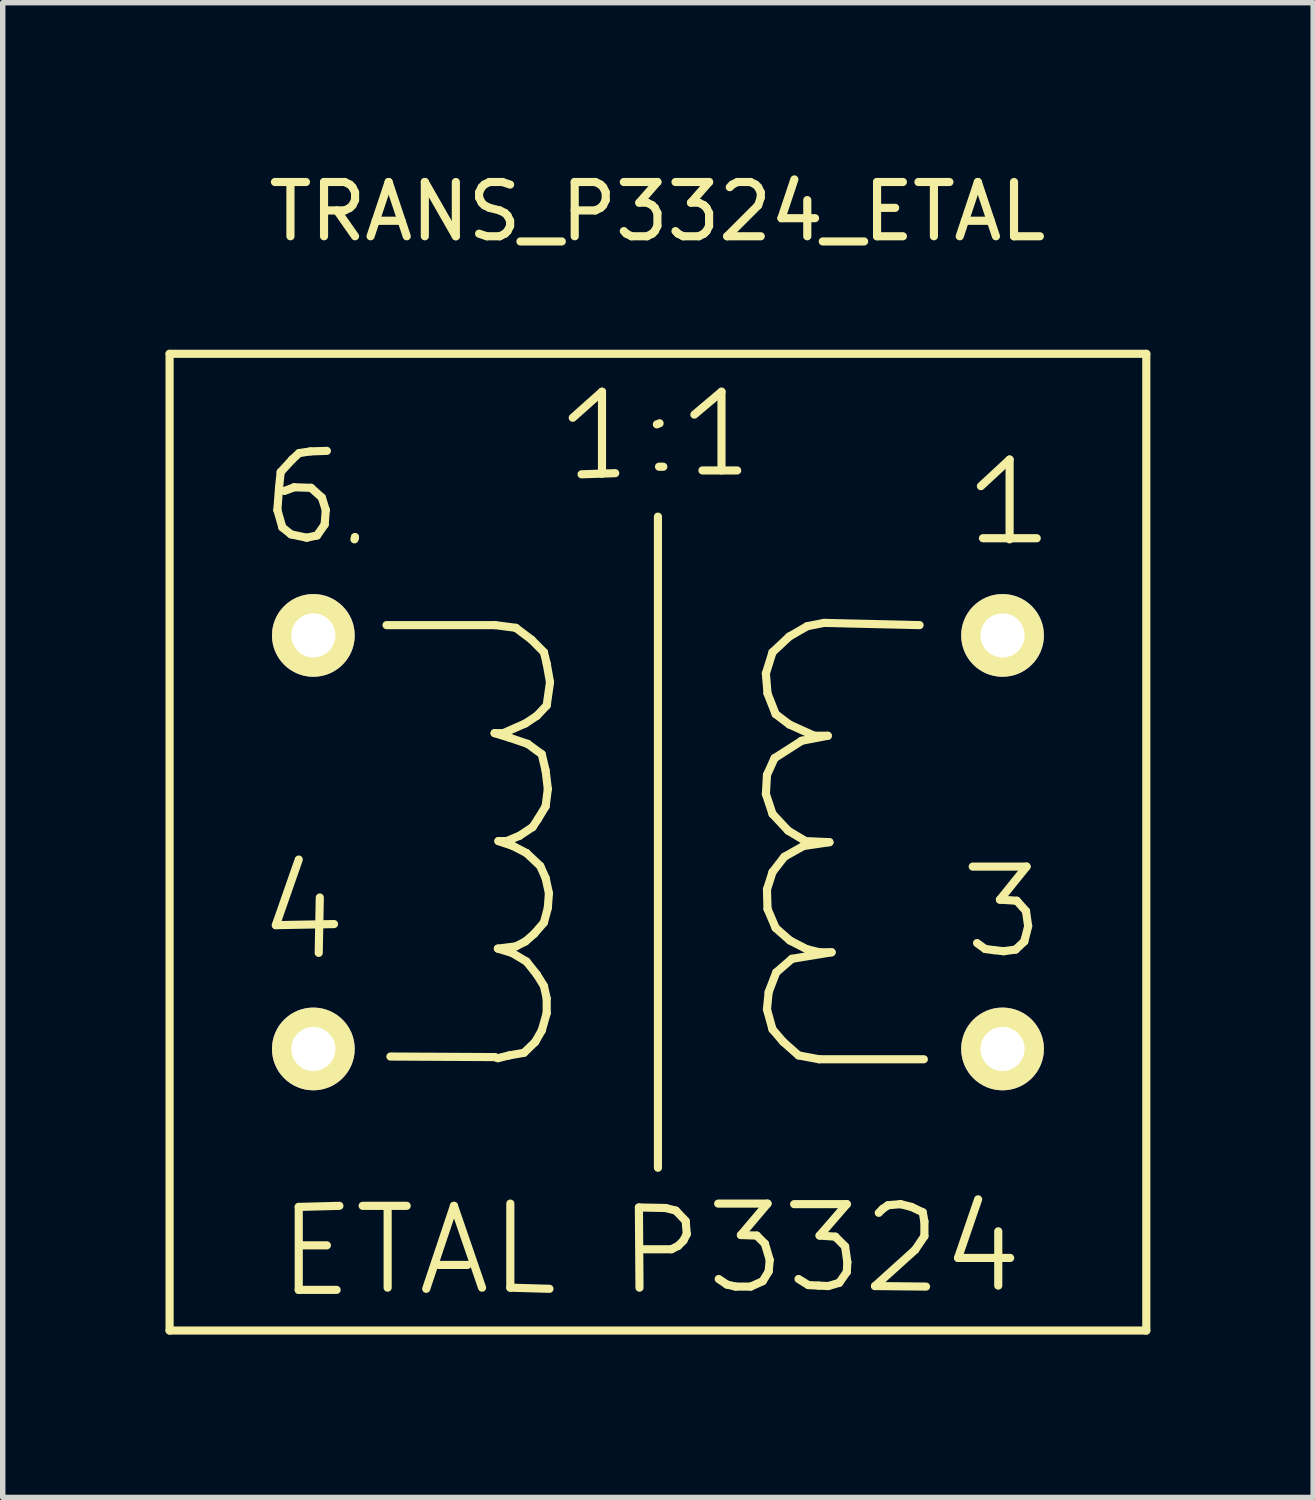
<source format=kicad_pcb>
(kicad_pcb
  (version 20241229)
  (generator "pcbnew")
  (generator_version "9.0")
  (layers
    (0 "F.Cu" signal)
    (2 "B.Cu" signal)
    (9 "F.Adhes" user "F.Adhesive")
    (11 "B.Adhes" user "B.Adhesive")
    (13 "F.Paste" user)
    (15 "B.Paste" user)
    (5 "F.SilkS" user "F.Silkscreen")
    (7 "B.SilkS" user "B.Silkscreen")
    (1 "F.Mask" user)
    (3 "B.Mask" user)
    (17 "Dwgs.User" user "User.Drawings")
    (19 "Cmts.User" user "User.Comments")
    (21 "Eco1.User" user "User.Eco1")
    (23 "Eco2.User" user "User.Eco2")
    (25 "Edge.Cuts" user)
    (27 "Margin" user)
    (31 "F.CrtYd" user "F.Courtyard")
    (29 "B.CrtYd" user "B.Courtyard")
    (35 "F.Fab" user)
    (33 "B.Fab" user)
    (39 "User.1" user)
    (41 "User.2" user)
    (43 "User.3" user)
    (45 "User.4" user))
  (footprint "TRANS_P3324_ETAL"
    (layer "F.Cu")
    (at 9.074 12.469)
    (property "Reference" "TRANS_P3324_ETAL" (at -0.01 -11.62 0) (layer "F.SilkS") (effects (font (size 1 1) (thickness 0.15))))
    (attr through_hole)
    (fp_line (start -8.999 -8.999) (end -8.999 8.999) (stroke (width 0.15) (type solid)) (layer "F.SilkS"))
    (fp_line (start -8.999 8.999) (end 8.999 8.999) (stroke (width 0.15) (type solid)) (layer "F.SilkS"))
    (fp_line (start -7.041 1.529) (end -5.969 1.509) (stroke (width 0.15) (type solid)) (layer "F.SilkS"))
    (fp_line (start -7.013 -6.121) (end -6.921 -5.801) (stroke (width 0.15) (type solid)) (layer "F.SilkS"))
    (fp_line (start -6.982 -6.53) (end -7.013 -6.121) (stroke (width 0.15) (type solid)) (layer "F.SilkS"))
    (fp_line (start -6.952 -6.82) (end -6.982 -6.53) (stroke (width 0.15) (type solid)) (layer "F.SilkS"))
    (fp_line (start -6.921 -5.801) (end -6.761 -5.672) (stroke (width 0.15) (type solid)) (layer "F.SilkS"))
    (fp_line (start -6.761 -5.672) (end -6.472 -5.611) (stroke (width 0.15) (type solid)) (layer "F.SilkS"))
    (fp_line (start -6.741 -7.051) (end -6.952 -6.82) (stroke (width 0.15) (type solid)) (layer "F.SilkS"))
    (fp_line (start -6.703 -6.54) (end -6.883 -6.472) (stroke (width 0.15) (type solid)) (layer "F.SilkS"))
    (fp_line (start -6.619 0.32) (end -7.041 1.529) (stroke (width 0.15) (type solid)) (layer "F.SilkS"))
    (fp_line (start -6.619 6.721) (end -6.619 8.25) (stroke (width 0.15) (type solid)) (layer "F.SilkS"))
    (fp_line (start -6.619 8.25) (end -5.921 8.25) (stroke (width 0.15) (type solid)) (layer "F.SilkS"))
    (fp_line (start -6.612 -7.17) (end -6.741 -7.051) (stroke (width 0.15) (type solid)) (layer "F.SilkS"))
    (fp_line (start -6.551 7.429) (end -6.101 7.429) (stroke (width 0.15) (type solid)) (layer "F.SilkS"))
    (fp_line (start -6.472 -5.611) (end -6.281 -5.652) (stroke (width 0.15) (type solid)) (layer "F.SilkS"))
    (fp_line (start -6.403 -7.201) (end -6.612 -7.17) (stroke (width 0.15) (type solid)) (layer "F.SilkS"))
    (fp_line (start -6.393 -6.53) (end -6.703 -6.54) (stroke (width 0.15) (type solid)) (layer "F.SilkS"))
    (fp_line (start -6.281 -5.652) (end -6.142 -5.852) (stroke (width 0.15) (type solid)) (layer "F.SilkS"))
    (fp_line (start -6.231 1.019) (end -6.251 2.04) (stroke (width 0.15) (type solid)) (layer "F.SilkS"))
    (fp_line (start -6.193 -6.35) (end -6.393 -6.53) (stroke (width 0.15) (type solid)) (layer "F.SilkS"))
    (fp_line (start -6.142 -5.852) (end -6.121 -6.121) (stroke (width 0.15) (type solid)) (layer "F.SilkS"))
    (fp_line (start -6.121 -6.121) (end -6.193 -6.35) (stroke (width 0.15) (type solid)) (layer "F.SilkS"))
    (fp_line (start -6.101 -7.211) (end -6.403 -7.201) (stroke (width 0.15) (type solid)) (layer "F.SilkS"))
    (fp_line (start -5.87 6.701) (end -6.619 6.721) (stroke (width 0.15) (type solid)) (layer "F.SilkS"))
    (fp_line (start -5.593 -5.58) (end -5.583 -5.621) (stroke (width 0.15) (type solid)) (layer "F.SilkS"))
    (fp_line (start -5.583 -5.621) (end -5.583 -5.611) (stroke (width 0.15) (type solid)) (layer "F.SilkS"))
    (fp_line (start -5.441 6.701) (end -4.63 6.701) (stroke (width 0.15) (type solid)) (layer "F.SilkS"))
    (fp_line (start -5.001 -4) (end -3 -4) (stroke (width 0.15) (type solid)) (layer "F.SilkS"))
    (fp_line (start -4.981 8.209) (end -4.981 6.741) (stroke (width 0.15) (type solid)) (layer "F.SilkS"))
    (fp_line (start -4.27 8.23) (end -3.759 6.701) (stroke (width 0.15) (type solid)) (layer "F.SilkS"))
    (fp_line (start -4.041 7.79) (end -3.51 7.79) (stroke (width 0.15) (type solid)) (layer "F.SilkS"))
    (fp_line (start -3.759 6.701) (end -3.241 8.209) (stroke (width 0.15) (type solid)) (layer "F.SilkS"))
    (fp_line (start -3.01 -2.009) (end -2.72 -1.92) (stroke (width 0.15) (type solid)) (layer "F.SilkS"))
    (fp_line (start -3.01 3.96) (end -4.93 3.95) (stroke (width 0.15) (type solid)) (layer "F.SilkS"))
    (fp_line (start -3 -4) (end -2.619 -3.95) (stroke (width 0.15) (type solid)) (layer "F.SilkS"))
    (fp_line (start -2.949 1.961) (end -2.69 2.04) (stroke (width 0.15) (type solid)) (layer "F.SilkS"))
    (fp_line (start -2.949 3.98) (end -3.01 3.96) (stroke (width 0.15) (type solid)) (layer "F.SilkS"))
    (fp_line (start -2.939 -0.02) (end -2.67 0.071) (stroke (width 0.15) (type solid)) (layer "F.SilkS"))
    (fp_line (start -2.85 -2.009) (end -3.01 -2.009) (stroke (width 0.15) (type solid)) (layer "F.SilkS"))
    (fp_line (start -2.789 -0.02) (end -2.939 -0.02) (stroke (width 0.15) (type solid)) (layer "F.SilkS"))
    (fp_line (start -2.741 3.929) (end -2.949 3.98) (stroke (width 0.15) (type solid)) (layer "F.SilkS"))
    (fp_line (start -2.72 -1.92) (end -2.4 -1.811) (stroke (width 0.15) (type solid)) (layer "F.SilkS"))
    (fp_line (start -2.72 6.66) (end -2.72 8.209) (stroke (width 0.15) (type solid)) (layer "F.SilkS"))
    (fp_line (start -2.72 8.209) (end -1.999 8.23) (stroke (width 0.15) (type solid)) (layer "F.SilkS"))
    (fp_line (start -2.69 2.04) (end -2.421 2.2) (stroke (width 0.15) (type solid)) (layer "F.SilkS"))
    (fp_line (start -2.67 0.071) (end -2.421 0.201) (stroke (width 0.15) (type solid)) (layer "F.SilkS"))
    (fp_line (start -2.619 -3.95) (end -2.329 -3.731) (stroke (width 0.15) (type solid)) (layer "F.SilkS"))
    (fp_line (start -2.619 1.92) (end -2.949 1.961) (stroke (width 0.15) (type solid)) (layer "F.SilkS"))
    (fp_line (start -2.55 -0.119) (end -2.789 -0.02) (stroke (width 0.15) (type solid)) (layer "F.SilkS"))
    (fp_line (start -2.469 3.881) (end -2.741 3.929) (stroke (width 0.15) (type solid)) (layer "F.SilkS"))
    (fp_line (start -2.441 -2.189) (end -2.85 -2.009) (stroke (width 0.15) (type solid)) (layer "F.SilkS"))
    (fp_line (start -2.441 1.829) (end -2.619 1.92) (stroke (width 0.15) (type solid)) (layer "F.SilkS"))
    (fp_line (start -2.421 0.201) (end -2.169 0.439) (stroke (width 0.15) (type solid)) (layer "F.SilkS"))
    (fp_line (start -2.421 2.2) (end -2.23 2.441) (stroke (width 0.15) (type solid)) (layer "F.SilkS"))
    (fp_line (start -2.4 -1.811) (end -2.141 -1.621) (stroke (width 0.15) (type solid)) (layer "F.SilkS"))
    (fp_line (start -2.329 -3.731) (end -2.101 -3.5) (stroke (width 0.15) (type solid)) (layer "F.SilkS"))
    (fp_line (start -2.309 -0.279) (end -2.55 -0.119) (stroke (width 0.15) (type solid)) (layer "F.SilkS"))
    (fp_line (start -2.281 1.689) (end -2.441 1.829) (stroke (width 0.15) (type solid)) (layer "F.SilkS"))
    (fp_line (start -2.261 3.68) (end -2.469 3.881) (stroke (width 0.15) (type solid)) (layer "F.SilkS"))
    (fp_line (start -2.23 -2.329) (end -2.441 -2.189) (stroke (width 0.15) (type solid)) (layer "F.SilkS"))
    (fp_line (start -2.23 2.441) (end -2.101 2.649) (stroke (width 0.15) (type solid)) (layer "F.SilkS"))
    (fp_line (start -2.21 -0.429) (end -2.309 -0.279) (stroke (width 0.15) (type solid)) (layer "F.SilkS"))
    (fp_line (start -2.169 0.439) (end -2.07 0.66) (stroke (width 0.15) (type solid)) (layer "F.SilkS"))
    (fp_line (start -2.141 -1.621) (end -2.07 -1.321) (stroke (width 0.15) (type solid)) (layer "F.SilkS"))
    (fp_line (start -2.141 3.47) (end -2.261 3.68) (stroke (width 0.15) (type solid)) (layer "F.SilkS"))
    (fp_line (start -2.101 -3.5) (end -2.05 -3.289) (stroke (width 0.15) (type solid)) (layer "F.SilkS"))
    (fp_line (start -2.101 1.481) (end -2.281 1.689) (stroke (width 0.15) (type solid)) (layer "F.SilkS"))
    (fp_line (start -2.101 2.649) (end -2.05 2.88) (stroke (width 0.15) (type solid)) (layer "F.SilkS"))
    (fp_line (start -2.07 -1.321) (end -2.029 -0.98) (stroke (width 0.15) (type solid)) (layer "F.SilkS"))
    (fp_line (start -2.07 -0.66) (end -2.21 -0.429) (stroke (width 0.15) (type solid)) (layer "F.SilkS"))
    (fp_line (start -2.07 0.66) (end -2.009 0.94) (stroke (width 0.15) (type solid)) (layer "F.SilkS"))
    (fp_line (start -2.05 -3.289) (end -1.989 -2.949) (stroke (width 0.15) (type solid)) (layer "F.SilkS"))
    (fp_line (start -2.05 -2.52) (end -2.23 -2.329) (stroke (width 0.15) (type solid)) (layer "F.SilkS"))
    (fp_line (start -2.05 2.88) (end -2.05 3.15) (stroke (width 0.15) (type solid)) (layer "F.SilkS"))
    (fp_line (start -2.05 3.15) (end -2.141 3.47) (stroke (width 0.15) (type solid)) (layer "F.SilkS"))
    (fp_line (start -2.029 -0.98) (end -2.07 -0.66) (stroke (width 0.15) (type solid)) (layer "F.SilkS"))
    (fp_line (start -2.029 1.209) (end -2.101 1.481) (stroke (width 0.15) (type solid)) (layer "F.SilkS"))
    (fp_line (start -2.009 0.94) (end -2.029 1.209) (stroke (width 0.15) (type solid)) (layer "F.SilkS"))
    (fp_line (start -1.989 -2.949) (end -2.05 -2.52) (stroke (width 0.15) (type solid)) (layer "F.SilkS"))
    (fp_line (start -1.57 -7.821) (end -1.031 -8.301) (stroke (width 0.15) (type solid)) (layer "F.SilkS"))
    (fp_line (start -1.407 -6.779) (end -0.787 -6.8) (stroke (width 0.15) (type solid)) (layer "F.SilkS"))
    (fp_line (start -1.031 -8.301) (end -1.031 -6.789) (stroke (width 0.15) (type solid)) (layer "F.SilkS"))
    (fp_line (start -0.351 6.731) (end 0.14 6.741) (stroke (width 0.15) (type solid)) (layer "F.SilkS"))
    (fp_line (start -0.34 8.209) (end -0.351 6.731) (stroke (width 0.15) (type solid)) (layer "F.SilkS"))
    (fp_line (start 0 -5.999) (end 0 5.999) (stroke (width 0.15) (type solid)) (layer "F.SilkS"))
    (fp_line (start 0.03 -7.719) (end -0.02 -7.699) (stroke (width 0.15) (type solid)) (layer "F.SilkS"))
    (fp_line (start 0.099 -6.919) (end 0.02 -6.919) (stroke (width 0.15) (type solid)) (layer "F.SilkS"))
    (fp_line (start 0.14 6.741) (end 0.33 6.789) (stroke (width 0.15) (type solid)) (layer "F.SilkS"))
    (fp_line (start 0.249 7.501) (end -0.269 7.501) (stroke (width 0.15) (type solid)) (layer "F.SilkS"))
    (fp_line (start 0.33 6.789) (end 0.511 6.98) (stroke (width 0.15) (type solid)) (layer "F.SilkS"))
    (fp_line (start 0.371 7.44) (end 0.249 7.501) (stroke (width 0.15) (type solid)) (layer "F.SilkS"))
    (fp_line (start 0.47 7.341) (end 0.371 7.44) (stroke (width 0.15) (type solid)) (layer "F.SilkS"))
    (fp_line (start 0.511 6.98) (end 0.531 7.221) (stroke (width 0.15) (type solid)) (layer "F.SilkS"))
    (fp_line (start 0.531 7.221) (end 0.47 7.341) (stroke (width 0.15) (type solid)) (layer "F.SilkS"))
    (fp_line (start 0.671 -7.879) (end 1.171 -8.301) (stroke (width 0.15) (type solid)) (layer "F.SilkS"))
    (fp_line (start 0.82 -6.85) (end 1.46 -6.85) (stroke (width 0.15) (type solid)) (layer "F.SilkS"))
    (fp_line (start 1.11 6.66) (end 2.019 6.66) (stroke (width 0.15) (type solid)) (layer "F.SilkS"))
    (fp_line (start 1.171 -8.301) (end 1.171 -6.85) (stroke (width 0.15) (type solid)) (layer "F.SilkS"))
    (fp_line (start 1.27 8.151) (end 1.12 8.049) (stroke (width 0.15) (type solid)) (layer "F.SilkS"))
    (fp_line (start 1.43 8.189) (end 1.27 8.151) (stroke (width 0.15) (type solid)) (layer "F.SilkS"))
    (fp_line (start 1.529 7.239) (end 1.821 7.249) (stroke (width 0.15) (type solid)) (layer "F.SilkS"))
    (fp_line (start 1.709 8.189) (end 1.43 8.189) (stroke (width 0.15) (type solid)) (layer "F.SilkS"))
    (fp_line (start 1.821 7.249) (end 1.971 7.399) (stroke (width 0.15) (type solid)) (layer "F.SilkS"))
    (fp_line (start 1.93 8.09) (end 1.709 8.189) (stroke (width 0.15) (type solid)) (layer "F.SilkS"))
    (fp_line (start 1.971 7.399) (end 2.06 7.699) (stroke (width 0.15) (type solid)) (layer "F.SilkS"))
    (fp_line (start 1.989 -3.109) (end 2.019 -2.741) (stroke (width 0.15) (type solid)) (layer "F.SilkS"))
    (fp_line (start 1.989 -0.889) (end 2.111 -0.521) (stroke (width 0.15) (type solid)) (layer "F.SilkS"))
    (fp_line (start 2.009 -1.24) (end 1.989 -0.889) (stroke (width 0.15) (type solid)) (layer "F.SilkS"))
    (fp_line (start 2.009 0.871) (end 2.019 1.229) (stroke (width 0.15) (type solid)) (layer "F.SilkS"))
    (fp_line (start 2.009 3.081) (end 2.111 3.449) (stroke (width 0.15) (type solid)) (layer "F.SilkS"))
    (fp_line (start 2.019 -2.741) (end 2.169 -2.36) (stroke (width 0.15) (type solid)) (layer "F.SilkS"))
    (fp_line (start 2.019 1.229) (end 2.169 1.58) (stroke (width 0.15) (type solid)) (layer "F.SilkS"))
    (fp_line (start 2.019 6.66) (end 1.529 7.239) (stroke (width 0.15) (type solid)) (layer "F.SilkS"))
    (fp_line (start 2.04 2.761) (end 2.009 3.081) (stroke (width 0.15) (type solid)) (layer "F.SilkS"))
    (fp_line (start 2.04 7.91) (end 1.93 8.09) (stroke (width 0.15) (type solid)) (layer "F.SilkS"))
    (fp_line (start 2.06 7.699) (end 2.04 7.91) (stroke (width 0.15) (type solid)) (layer "F.SilkS"))
    (fp_line (start 2.111 -3.5) (end 1.989 -3.109) (stroke (width 0.15) (type solid)) (layer "F.SilkS"))
    (fp_line (start 2.111 -0.521) (end 2.4 -0.211) (stroke (width 0.15) (type solid)) (layer "F.SilkS"))
    (fp_line (start 2.111 0.551) (end 2.009 0.871) (stroke (width 0.15) (type solid)) (layer "F.SilkS"))
    (fp_line (start 2.111 3.449) (end 2.309 3.68) (stroke (width 0.15) (type solid)) (layer "F.SilkS"))
    (fp_line (start 2.149 -1.549) (end 2.009 -1.24) (stroke (width 0.15) (type solid)) (layer "F.SilkS"))
    (fp_line (start 2.169 -2.36) (end 2.421 -2.169) (stroke (width 0.15) (type solid)) (layer "F.SilkS"))
    (fp_line (start 2.169 1.58) (end 2.431 1.811) (stroke (width 0.15) (type solid)) (layer "F.SilkS"))
    (fp_line (start 2.179 2.4) (end 2.04 2.761) (stroke (width 0.15) (type solid)) (layer "F.SilkS"))
    (fp_line (start 2.309 3.68) (end 2.591 3.929) (stroke (width 0.15) (type solid)) (layer "F.SilkS"))
    (fp_line (start 2.329 0.269) (end 2.111 0.551) (stroke (width 0.15) (type solid)) (layer "F.SilkS"))
    (fp_line (start 2.4 -0.211) (end 2.72 -0.02) (stroke (width 0.15) (type solid)) (layer "F.SilkS"))
    (fp_line (start 2.421 -3.79) (end 2.111 -3.5) (stroke (width 0.15) (type solid)) (layer "F.SilkS"))
    (fp_line (start 2.421 -2.169) (end 2.88 -1.961) (stroke (width 0.15) (type solid)) (layer "F.SilkS"))
    (fp_line (start 2.431 1.811) (end 2.741 1.971) (stroke (width 0.15) (type solid)) (layer "F.SilkS"))
    (fp_line (start 2.469 2.149) (end 2.179 2.4) (stroke (width 0.15) (type solid)) (layer "F.SilkS"))
    (fp_line (start 2.51 6.67) (end 3.48 6.67) (stroke (width 0.15) (type solid)) (layer "F.SilkS"))
    (fp_line (start 2.591 3.929) (end 2.969 4) (stroke (width 0.15) (type solid)) (layer "F.SilkS"))
    (fp_line (start 2.649 -1.869) (end 2.149 -1.549) (stroke (width 0.15) (type solid)) (layer "F.SilkS"))
    (fp_line (start 2.68 0.071) (end 2.329 0.269) (stroke (width 0.15) (type solid)) (layer "F.SilkS"))
    (fp_line (start 2.72 -0.02) (end 3.16 0) (stroke (width 0.15) (type solid)) (layer "F.SilkS"))
    (fp_line (start 2.741 1.971) (end 2.979 2.029) (stroke (width 0.15) (type solid)) (layer "F.SilkS"))
    (fp_line (start 2.751 -3.98) (end 2.421 -3.79) (stroke (width 0.15) (type solid)) (layer "F.SilkS"))
    (fp_line (start 2.771 8.161) (end 2.591 8.049) (stroke (width 0.15) (type solid)) (layer "F.SilkS"))
    (fp_line (start 2.88 -1.961) (end 3.129 -1.961) (stroke (width 0.15) (type solid)) (layer "F.SilkS"))
    (fp_line (start 2.959 8.171) (end 2.771 8.161) (stroke (width 0.15) (type solid)) (layer "F.SilkS"))
    (fp_line (start 2.969 4) (end 4.9 4) (stroke (width 0.15) (type solid)) (layer "F.SilkS"))
    (fp_line (start 2.979 2.029) (end 3.2 2.029) (stroke (width 0.15) (type solid)) (layer "F.SilkS"))
    (fp_line (start 2.979 7.249) (end 3.269 7.269) (stroke (width 0.15) (type solid)) (layer "F.SilkS"))
    (fp_line (start 3.061 -4.041) (end 2.751 -3.98) (stroke (width 0.15) (type solid)) (layer "F.SilkS"))
    (fp_line (start 3.129 -1.961) (end 2.649 -1.869) (stroke (width 0.15) (type solid)) (layer "F.SilkS"))
    (fp_line (start 3.139 8.179) (end 2.959 8.171) (stroke (width 0.15) (type solid)) (layer "F.SilkS"))
    (fp_line (start 3.16 0) (end 2.68 0.071) (stroke (width 0.15) (type solid)) (layer "F.SilkS"))
    (fp_line (start 3.2 2.029) (end 2.469 2.149) (stroke (width 0.15) (type solid)) (layer "F.SilkS"))
    (fp_line (start 3.269 7.269) (end 3.449 7.45) (stroke (width 0.15) (type solid)) (layer "F.SilkS"))
    (fp_line (start 3.34 8.12) (end 3.139 8.179) (stroke (width 0.15) (type solid)) (layer "F.SilkS"))
    (fp_line (start 3.449 7.45) (end 3.49 7.739) (stroke (width 0.15) (type solid)) (layer "F.SilkS"))
    (fp_line (start 3.48 6.67) (end 2.979 7.249) (stroke (width 0.15) (type solid)) (layer "F.SilkS"))
    (fp_line (start 3.48 7.92) (end 3.34 8.12) (stroke (width 0.15) (type solid)) (layer "F.SilkS"))
    (fp_line (start 3.49 7.739) (end 3.48 7.92) (stroke (width 0.15) (type solid)) (layer "F.SilkS"))
    (fp_line (start 4 8.179) (end 4.94 8.189) (stroke (width 0.15) (type solid)) (layer "F.SilkS"))
    (fp_line (start 4.069 6.83) (end 4.14 6.759) (stroke (width 0.15) (type solid)) (layer "F.SilkS"))
    (fp_line (start 4.14 6.759) (end 4.239 6.69) (stroke (width 0.15) (type solid)) (layer "F.SilkS"))
    (fp_line (start 4.239 6.69) (end 4.47 6.67) (stroke (width 0.15) (type solid)) (layer "F.SilkS"))
    (fp_line (start 4.47 6.67) (end 4.671 6.721) (stroke (width 0.15) (type solid)) (layer "F.SilkS"))
    (fp_line (start 4.671 6.721) (end 4.879 6.82) (stroke (width 0.15) (type solid)) (layer "F.SilkS"))
    (fp_line (start 4.74 7.511) (end 4 8.179) (stroke (width 0.15) (type solid)) (layer "F.SilkS"))
    (fp_line (start 4.821 -4) (end 3.061 -4.041) (stroke (width 0.15) (type solid)) (layer "F.SilkS"))
    (fp_line (start 4.879 6.82) (end 4.91 6.99) (stroke (width 0.15) (type solid)) (layer "F.SilkS"))
    (fp_line (start 4.91 6.99) (end 4.91 7.259) (stroke (width 0.15) (type solid)) (layer "F.SilkS"))
    (fp_line (start 4.91 7.259) (end 4.74 7.511) (stroke (width 0.15) (type solid)) (layer "F.SilkS"))
    (fp_line (start 5.53 7.661) (end 6.49 7.661) (stroke (width 0.15) (type solid)) (layer "F.SilkS"))
    (fp_line (start 5.801 0.45) (end 6.792 0.45) (stroke (width 0.15) (type solid)) (layer "F.SilkS"))
    (fp_line (start 5.9 6.581) (end 5.53 7.661) (stroke (width 0.15) (type solid)) (layer "F.SilkS"))
    (fp_line (start 5.951 -6.561) (end 6.48 -7.051) (stroke (width 0.15) (type solid)) (layer "F.SilkS"))
    (fp_line (start 5.989 -5.601) (end 6.98 -5.601) (stroke (width 0.15) (type solid)) (layer "F.SilkS"))
    (fp_line (start 6.03 1.968) (end 5.88 1.859) (stroke (width 0.15) (type solid)) (layer "F.SilkS"))
    (fp_line (start 6.19 1.989) (end 6.03 1.968) (stroke (width 0.15) (type solid)) (layer "F.SilkS"))
    (fp_line (start 6.271 7.17) (end 6.271 8.171) (stroke (width 0.15) (type solid)) (layer "F.SilkS"))
    (fp_line (start 6.302 1.059) (end 6.612 1.079) (stroke (width 0.15) (type solid)) (layer "F.SilkS"))
    (fp_line (start 6.37 2.009) (end 6.19 1.989) (stroke (width 0.15) (type solid)) (layer "F.SilkS"))
    (fp_line (start 6.48 -7.051) (end 6.48 -5.58) (stroke (width 0.15) (type solid)) (layer "F.SilkS"))
    (fp_line (start 6.591 1.979) (end 6.37 2.009) (stroke (width 0.15) (type solid)) (layer "F.SilkS"))
    (fp_line (start 6.612 1.079) (end 6.782 1.27) (stroke (width 0.15) (type solid)) (layer "F.SilkS"))
    (fp_line (start 6.751 1.829) (end 6.591 1.979) (stroke (width 0.15) (type solid)) (layer "F.SilkS"))
    (fp_line (start 6.782 1.27) (end 6.822 1.549) (stroke (width 0.15) (type solid)) (layer "F.SilkS"))
    (fp_line (start 6.792 0.45) (end 6.302 1.059) (stroke (width 0.15) (type solid)) (layer "F.SilkS"))
    (fp_line (start 6.822 1.549) (end 6.751 1.829) (stroke (width 0.15) (type solid)) (layer "F.SilkS"))
    (fp_line (start 8.999 -8.999) (end -8.999 -8.999) (stroke (width 0.15) (type solid)) (layer "F.SilkS"))
    (fp_line (start 8.999 8.999) (end 8.999 -8.999) (stroke (width 0.15) (type solid)) (layer "F.SilkS"))
    (pad "1" thru_hole circle (at 6.35 -3.81) (size 1.524 1.524) (drill 0.813) (layers "*.Cu" "*.Mask" "F.SilkS"))
    (pad "3" thru_hole circle (at 6.35 3.81) (size 1.524 1.524) (drill 0.813) (layers "*.Cu" "*.Mask" "F.SilkS"))
    (pad "4" thru_hole circle (at -6.35 3.81) (size 1.524 1.524) (drill 0.813) (layers "*.Cu" "*.Mask" "F.SilkS"))
    (pad "6" thru_hole circle (at -6.35 -3.81) (size 1.524 1.524) (drill 0.813) (layers "*.Cu" "*.Mask" "F.SilkS")))
  (gr_rect
    (start -3 -3)
    (end 21.148 24.543)
    (stroke (width 0.1) (type default))
    (fill no)
    (layer "Edge.Cuts")))
</source>
